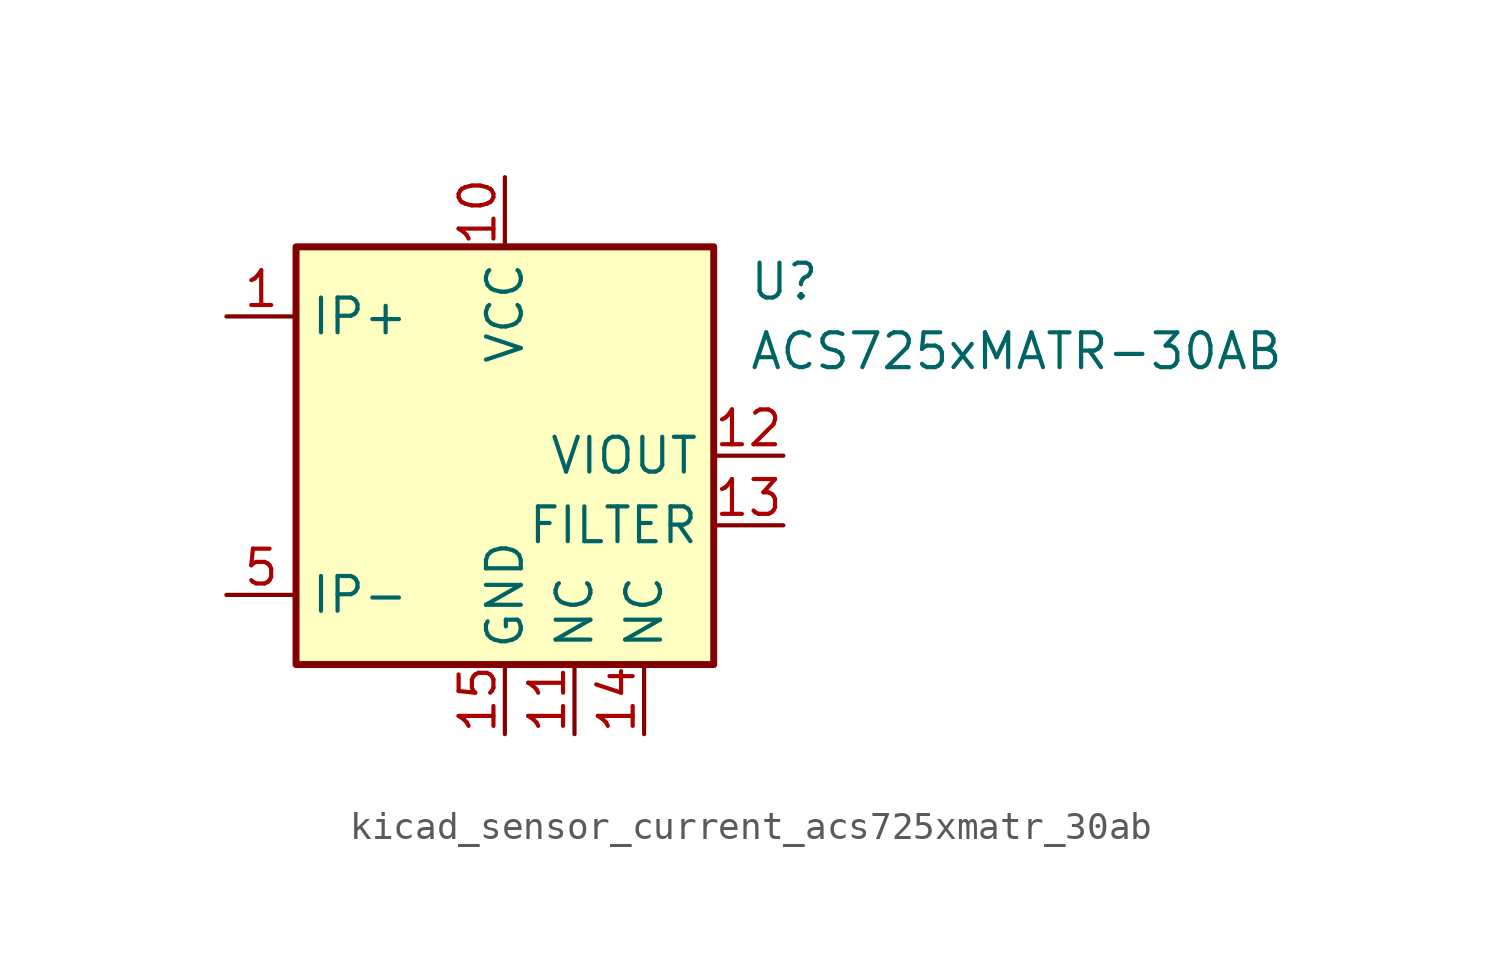
<source format=kicad_sym>
(kicad_symbol_lib
  (version 20220914)
  (generator kicad_symbol_editor)
  (symbol "kicad_sensor_current_acs725xmatr_30ab"
    (property "Reference" "U"
      (at 8.89 6.35 0)
      (effects (font (size 1.27 1.27)) (justify left)))
    (property "Value" "ACS725xMATR-30AB"
      (at 8.89 3.81 0)
      (effects (font (size 1.27 1.27)) (justify left)))
    (symbol "kicad_sensor_current_acs725xmatr_30ab_0_1"
      (rectangle (start -7.62 7.62) (end 7.62 -7.62) (stroke (width 0.254) (type default)) (fill (type background))))
    (symbol "kicad_sensor_current_acs725xmatr_30ab_1_1"
      (pin passive line (at -10.16 5.08 0) (length 2.54) (name "IP+" (effects (font (size 1.27 1.27)))) (number "1" (effects (font (size 1.27 1.27)))))
      (pin power_in line (at 0 10.16 270) (length 2.54) (name "VCC" (effects (font (size 1.27 1.27)))) (number "10" (effects (font (size 1.27 1.27)))))
      (pin passive line (at 2.54 -10.16 90) (length 2.54) (name "NC" (effects (font (size 1.27 1.27)))) (number "11" (effects (font (size 1.27 1.27)))))
      (pin output line (at 10.16 0 180) (length 2.54) (name "VIOUT" (effects (font (size 1.27 1.27)))) (number "12" (effects (font (size 1.27 1.27)))))
      (pin passive line (at 10.16 -2.54 180) (length 2.54) (name "FILTER" (effects (font (size 1.27 1.27)))) (number "13" (effects (font (size 1.27 1.27)))))
      (pin passive line (at 5.08 -10.16 90) (length 2.54) (name "NC" (effects (font (size 1.27 1.27)))) (number "14" (effects (font (size 1.27 1.27)))))
      (pin power_in line (at 0 -10.16 90) (length 2.54) (name "GND" (effects (font (size 1.27 1.27)))) (number "15" (effects (font (size 1.27 1.27)))))
      (pin no_connect line (at 7.62 2.54 180) (length 2.54) hide (name "NC" (effects (font (size 1.27 1.27)))) (number "16" (effects (font (size 1.27 1.27)))))
      (pin passive line (at -10.16 5.08 0) (length 2.54) hide (name "IP+" (effects (font (size 1.27 1.27)))) (number "2" (effects (font (size 1.27 1.27)))))
      (pin passive line (at -10.16 5.08 0) (length 2.54) hide (name "IP+" (effects (font (size 1.27 1.27)))) (number "3" (effects (font (size 1.27 1.27)))))
      (pin passive line (at -10.16 5.08 0) (length 2.54) hide (name "IP+" (effects (font (size 1.27 1.27)))) (number "4" (effects (font (size 1.27 1.27)))))
      (pin passive line (at -10.16 -5.08 0) (length 2.54) (name "IP-" (effects (font (size 1.27 1.27)))) (number "5" (effects (font (size 1.27 1.27)))))
      (pin passive line (at -10.16 -5.08 0) (length 2.54) hide (name "IP-" (effects (font (size 1.27 1.27)))) (number "6" (effects (font (size 1.27 1.27)))))
      (pin passive line (at -10.16 -5.08 0) (length 2.54) hide (name "IP-" (effects (font (size 1.27 1.27)))) (number "7" (effects (font (size 1.27 1.27)))))
      (pin passive line (at -10.16 -5.08 0) (length 2.54) hide (name "IP-" (effects (font (size 1.27 1.27)))) (number "8" (effects (font (size 1.27 1.27)))))
      (pin no_connect line (at 7.62 5.08 180) (length 2.54) hide (name "NC" (effects (font (size 1.27 1.27)))) (number "9" (effects (font (size 1.27 1.27))))))))
</source>
